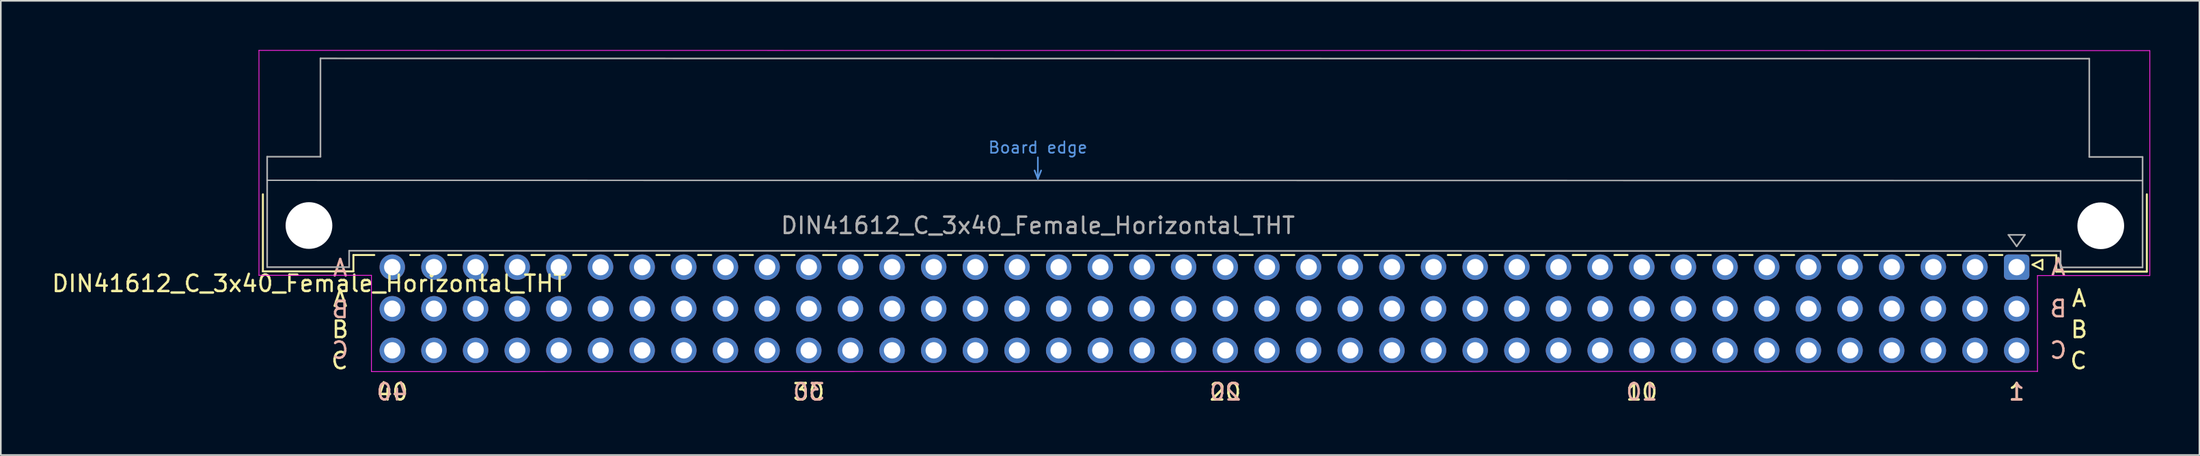
<source format=kicad_pcb>
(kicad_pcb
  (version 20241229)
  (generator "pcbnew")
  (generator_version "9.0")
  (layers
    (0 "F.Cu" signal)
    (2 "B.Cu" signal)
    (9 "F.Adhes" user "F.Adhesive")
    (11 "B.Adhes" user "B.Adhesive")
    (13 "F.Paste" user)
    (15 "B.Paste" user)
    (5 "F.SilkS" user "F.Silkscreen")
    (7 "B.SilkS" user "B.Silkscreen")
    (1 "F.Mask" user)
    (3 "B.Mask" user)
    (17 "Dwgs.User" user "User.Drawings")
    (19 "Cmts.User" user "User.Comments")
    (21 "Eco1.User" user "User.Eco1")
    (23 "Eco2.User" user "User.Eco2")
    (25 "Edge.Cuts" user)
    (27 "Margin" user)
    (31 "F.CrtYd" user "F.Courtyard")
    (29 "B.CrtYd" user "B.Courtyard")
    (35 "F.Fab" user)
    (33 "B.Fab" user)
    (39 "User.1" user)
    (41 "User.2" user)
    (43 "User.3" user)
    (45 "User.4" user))
  (footprint "DIN41612_C_3x40_Female_Horizontal_THT"
    (layer "F.Cu")
    (at 20.872 13.255)
    (property "Reference" "DIN41612_C_3x40_Female_Horizontal_THT" (at -5.08 1 0) (layer "F.SilkS") (effects (font (size 1 1) (thickness 0.15))))
    (attr through_hole)
    (fp_line (start -7.89 -4.445) (end -7.89 0.26) (stroke (width 0.12) (type solid)) (layer "F.SilkS"))
    (fp_line (start -7.89 0.26) (end -2.37 0.26) (stroke (width 0.12) (type solid)) (layer "F.SilkS"))
    (fp_line (start -2.371 -0.74) (end -1.095 -0.74) (stroke (width 0.12) (type solid)) (layer "F.SilkS"))
    (fp_line (start -2.37 0.26) (end -2.37 -0.74) (stroke (width 0.12) (type solid)) (layer "F.SilkS"))
    (fp_line (start 1.095 -0.74) (end 1.671 -0.74) (stroke (width 0.12) (type solid)) (layer "F.SilkS"))
    (fp_line (start 3.41 -0.74) (end 4.211 -0.74) (stroke (width 0.12) (type solid)) (layer "F.SilkS"))
    (fp_line (start 5.95 -0.74) (end 6.751 -0.74) (stroke (width 0.12) (type solid)) (layer "F.SilkS"))
    (fp_line (start 8.49 -0.74) (end 9.291 -0.74) (stroke (width 0.12) (type solid)) (layer "F.SilkS"))
    (fp_line (start 11.03 -0.74) (end 11.831 -0.74) (stroke (width 0.12) (type solid)) (layer "F.SilkS"))
    (fp_line (start 13.57 -0.74) (end 14.371 -0.74) (stroke (width 0.12) (type solid)) (layer "F.SilkS"))
    (fp_line (start 16.11 -0.74) (end 16.911 -0.74) (stroke (width 0.12) (type solid)) (layer "F.SilkS"))
    (fp_line (start 18.65 -0.74) (end 19.451 -0.74) (stroke (width 0.12) (type solid)) (layer "F.SilkS"))
    (fp_line (start 21.19 -0.74) (end 21.991 -0.74) (stroke (width 0.12) (type solid)) (layer "F.SilkS"))
    (fp_line (start 23.73 -0.74) (end 24.531 -0.74) (stroke (width 0.12) (type solid)) (layer "F.SilkS"))
    (fp_line (start 26.27 -0.74) (end 27.071 -0.74) (stroke (width 0.12) (type solid)) (layer "F.SilkS"))
    (fp_line (start 28.81 -0.74) (end 29.611 -0.74) (stroke (width 0.12) (type solid)) (layer "F.SilkS"))
    (fp_line (start 31.35 -0.74) (end 32.151 -0.74) (stroke (width 0.12) (type solid)) (layer "F.SilkS"))
    (fp_line (start 33.89 -0.74) (end 34.691 -0.74) (stroke (width 0.12) (type solid)) (layer "F.SilkS"))
    (fp_line (start 36.43 -0.74) (end 37.231 -0.74) (stroke (width 0.12) (type solid)) (layer "F.SilkS"))
    (fp_line (start 38.97 -0.74) (end 39.771 -0.74) (stroke (width 0.12) (type solid)) (layer "F.SilkS"))
    (fp_line (start 41.51 -0.74) (end 42.311 -0.74) (stroke (width 0.12) (type solid)) (layer "F.SilkS"))
    (fp_line (start 44.05 -0.74) (end 44.851 -0.74) (stroke (width 0.12) (type solid)) (layer "F.SilkS"))
    (fp_line (start 46.59 -0.74) (end 47.391 -0.74) (stroke (width 0.12) (type solid)) (layer "F.SilkS"))
    (fp_line (start 49.13 -0.74) (end 49.931 -0.74) (stroke (width 0.12) (type solid)) (layer "F.SilkS"))
    (fp_line (start 51.67 -0.74) (end 52.471 -0.74) (stroke (width 0.12) (type solid)) (layer "F.SilkS"))
    (fp_line (start 54.21 -0.74) (end 55.011 -0.74) (stroke (width 0.12) (type solid)) (layer "F.SilkS"))
    (fp_line (start 56.75 -0.74) (end 57.551 -0.74) (stroke (width 0.12) (type solid)) (layer "F.SilkS"))
    (fp_line (start 59.29 -0.74) (end 60.091 -0.74) (stroke (width 0.12) (type solid)) (layer "F.SilkS"))
    (fp_line (start 61.83 -0.74) (end 62.631 -0.74) (stroke (width 0.12) (type solid)) (layer "F.SilkS"))
    (fp_line (start 64.37 -0.74) (end 65.171 -0.74) (stroke (width 0.12) (type solid)) (layer "F.SilkS"))
    (fp_line (start 66.91 -0.74) (end 67.711 -0.74) (stroke (width 0.12) (type solid)) (layer "F.SilkS"))
    (fp_line (start 69.45 -0.74) (end 70.251 -0.74) (stroke (width 0.12) (type solid)) (layer "F.SilkS"))
    (fp_line (start 71.99 -0.74) (end 72.791 -0.74) (stroke (width 0.12) (type solid)) (layer "F.SilkS"))
    (fp_line (start 74.53 -0.74) (end 75.331 -0.74) (stroke (width 0.12) (type solid)) (layer "F.SilkS"))
    (fp_line (start 77.07 -0.74) (end 77.871 -0.74) (stroke (width 0.12) (type solid)) (layer "F.SilkS"))
    (fp_line (start 79.61 -0.74) (end 80.411 -0.74) (stroke (width 0.12) (type solid)) (layer "F.SilkS"))
    (fp_line (start 82.15 -0.74) (end 82.951 -0.74) (stroke (width 0.12) (type solid)) (layer "F.SilkS"))
    (fp_line (start 84.69 -0.74) (end 85.491 -0.74) (stroke (width 0.12) (type solid)) (layer "F.SilkS"))
    (fp_line (start 87.23 -0.74) (end 88.031 -0.74) (stroke (width 0.12) (type solid)) (layer "F.SilkS"))
    (fp_line (start 89.77 -0.74) (end 90.571 -0.74) (stroke (width 0.12) (type solid)) (layer "F.SilkS"))
    (fp_line (start 92.31 -0.74) (end 93.111 -0.74) (stroke (width 0.12) (type solid)) (layer "F.SilkS"))
    (fp_line (start 94.85 -0.74) (end 95.651 -0.74) (stroke (width 0.12) (type solid)) (layer "F.SilkS"))
    (fp_line (start 97.39 -0.74) (end 98.191 -0.74) (stroke (width 0.12) (type solid)) (layer "F.SilkS"))
    (fp_line (start 99.979 -0.725) (end 101.479 -0.725) (stroke (width 0.12) (type solid)) (layer "F.SilkS"))
    (fp_line (start 100.03 -0.15) (end 100.63 -0.45) (stroke (width 0.12) (type solid)) (layer "F.SilkS"))
    (fp_line (start 100.63 -0.45) (end 100.63 0.15) (stroke (width 0.12) (type solid)) (layer "F.SilkS"))
    (fp_line (start 100.63 0.15) (end 100.03 -0.15) (stroke (width 0.12) (type solid)) (layer "F.SilkS"))
    (fp_line (start 101.479 0.275) (end 101.479 -0.725) (stroke (width 0.12) (type solid)) (layer "F.SilkS"))
    (fp_line (start 106.999 -4.445) (end 106.999 0.275) (stroke (width 0.12) (type solid)) (layer "F.SilkS"))
    (fp_line (start 106.999 0.275) (end 101.479 0.275) (stroke (width 0.12) (type solid)) (layer "F.SilkS"))
    (fp_line (start -7.63 -5.3) (end 106.726 -5.284) (stroke (width 0.08) (type solid)) (layer "Dwgs.User"))
    (fp_line (start 39.17 -5.9) (end 39.37 -5.4) (stroke (width 0.1) (type solid)) (layer "Cmts.User"))
    (fp_line (start 39.37 -5.4) (end 39.37 -6.7) (stroke (width 0.1) (type solid)) (layer "Cmts.User"))
    (fp_line (start 39.37 -5.4) (end 39.57 -5.9) (stroke (width 0.1) (type solid)) (layer "Cmts.User"))
    (fp_line (start -8.13 -13.23) (end -8.13 0.5) (stroke (width 0.05) (type solid)) (layer "F.CrtYd"))
    (fp_line (start -8.13 0.5) (end -1.27 0.5) (stroke (width 0.05) (type solid)) (layer "F.CrtYd"))
    (fp_line (start -1.27 0.5) (end -1.27 6.36) (stroke (width 0.05) (type solid)) (layer "F.CrtYd"))
    (fp_line (start 100.33 0.515) (end 107.18 0.515) (stroke (width 0.05) (type solid)) (layer "F.CrtYd"))
    (fp_line (start 100.33 6.36) (end -1.27 6.375) (stroke (width 0.05) (type solid)) (layer "F.CrtYd"))
    (fp_line (start 100.33 6.375) (end 100.33 0.515) (stroke (width 0.05) (type solid)) (layer "F.CrtYd"))
    (fp_line (start 107.18 -13.215) (end -8.13 -13.23) (stroke (width 0.05) (type solid)) (layer "F.CrtYd"))
    (fp_line (start 107.18 0.515) (end 107.18 -13.215) (stroke (width 0.05) (type solid)) (layer "F.CrtYd"))
    (fp_line (start -7.63 -6.74) (end -7.63 0) (stroke (width 0.1) (type solid)) (layer "F.Fab"))
    (fp_line (start -7.63 0) (end -2.63 0) (stroke (width 0.1) (type solid)) (layer "F.Fab"))
    (fp_line (start -4.38 -12.74) (end -4.38 -6.74) (stroke (width 0.1) (type solid)) (layer "F.Fab"))
    (fp_line (start -4.38 -6.74) (end -7.63 -6.74) (stroke (width 0.1) (type solid)) (layer "F.Fab"))
    (fp_line (start -2.63 -1) (end 101.739 -0.985) (stroke (width 0.1) (type solid)) (layer "F.Fab"))
    (fp_line (start -2.63 0) (end -2.63 -1) (stroke (width 0.1) (type solid)) (layer "F.Fab"))
    (fp_line (start 98.56 -1.97) (end 99.56 -1.97) (stroke (width 0.1) (type solid)) (layer "F.Fab"))
    (fp_line (start 99.06 -1.27) (end 98.56 -1.97) (stroke (width 0.1) (type solid)) (layer "F.Fab"))
    (fp_line (start 99.56 -1.97) (end 99.06 -1.27) (stroke (width 0.1) (type solid)) (layer "F.Fab"))
    (fp_line (start 101.739 -0.985) (end 101.739 0.015) (stroke (width 0.1) (type solid)) (layer "F.Fab"))
    (fp_line (start 101.739 0.015) (end 106.739 0.015) (stroke (width 0.1) (type solid)) (layer "F.Fab"))
    (fp_line (start 103.489 -12.725) (end -4.38 -12.74) (stroke (width 0.1) (type solid)) (layer "F.Fab"))
    (fp_line (start 103.489 -6.725) (end 103.489 -12.725) (stroke (width 0.1) (type solid)) (layer "F.Fab"))
    (fp_line (start 106.739 -6.725) (end 103.489 -6.725) (stroke (width 0.1) (type solid)) (layer "F.Fab"))
    (fp_line (start 106.739 0.015) (end 106.739 -6.725) (stroke (width 0.1) (type solid)) (layer "F.Fab"))
    (fp_text user "C" (at -3.81 5.715 0) (layer "F.SilkS") (effects (font (size 1 1) (thickness 0.15)) (justify left)))
    (fp_text user "B" (at 102.87 3.81 0) (layer "F.SilkS") (effects (font (size 1 1) (thickness 0.15))))
    (fp_text user "B" (at -3.175 3.81 0) (layer "F.SilkS") (effects (font (size 1 1) (thickness 0.15))))
    (fp_text user "40" (at 0 7.62 0) (layer "F.SilkS") (effects (font (size 1 1) (thickness 0.15))))
    (fp_text user "30" (at 25.4 7.62 0) (layer "F.SilkS") (effects (font (size 1 1) (thickness 0.15))))
    (fp_text user "20" (at 50.8 7.62 0) (layer "F.SilkS") (effects (font (size 1 1) (thickness 0.15))))
    (fp_text user "1" (at 99.06 7.62 0) (layer "F.SilkS") (effects (font (size 1 1) (thickness 0.15))))
    (fp_text user "A" (at 102.87 1.905 0) (layer "F.SilkS") (effects (font (size 1 1) (thickness 0.15))))
    (fp_text user "C" (at 102.235 5.715 0) (layer "F.SilkS") (effects (font (size 1 1) (thickness 0.15)) (justify left)))
    (fp_text user "10" (at 76.2 7.62 0) (layer "F.SilkS") (effects (font (size 1 1) (thickness 0.15))))
    (fp_text user "A" (at -3.175 1.905 0) (layer "F.SilkS") (effects (font (size 1 1) (thickness 0.15))))
    (fp_text user "B" (at -3.175 3.175 0) (layer "B.SilkS") (effects (font (size 1 1) (thickness 0.15)) (justify bottom mirror)))
    (fp_text user "A" (at -3.175 0.635 0) (layer "B.SilkS") (effects (font (size 1 1) (thickness 0.15)) (justify bottom mirror)))
    (fp_text user "C" (at 101.6 5.08 0) (layer "B.SilkS") (effects (font (size 1 1) (thickness 0.15)) (justify mirror)))
    (fp_text user "40" (at 0 7.62 0) (layer "B.SilkS") (effects (font (size 1 1) (thickness 0.15)) (justify mirror)))
    (fp_text user "A" (at 101.6 0 0) (layer "B.SilkS") (effects (font (size 1 1) (thickness 0.15)) (justify mirror)))
    (fp_text user "1" (at 99.06 7.62 0) (layer "B.SilkS") (effects (font (size 1 1) (thickness 0.15)) (justify mirror)))
    (fp_text user "10" (at 76.2 7.62 0) (layer "B.SilkS") (effects (font (size 1 1) (thickness 0.15)) (justify mirror)))
    (fp_text user "C" (at -3.175 5.08 0) (layer "B.SilkS") (effects (font (size 1 1) (thickness 0.15)) (justify mirror)))
    (fp_text user "20" (at 50.8 7.62 0) (layer "B.SilkS") (effects (font (size 1 1) (thickness 0.15)) (justify mirror)))
    (fp_text user "30" (at 25.4 7.62 0) (layer "B.SilkS") (effects (font (size 1 1) (thickness 0.15)) (justify mirror)))
    (fp_text user "B" (at 101.6 2.54 0) (layer "B.SilkS") (effects (font (size 1 1) (thickness 0.15)) (justify mirror)))
    (fp_text user "Board edge" (at 39.37 -7.3 0) (layer "Cmts.User") (effects (font (size 0.7 0.7) (thickness 0.1))))
    (fp_text user "${REFERENCE}" (at 39.37 -2.54 0) (layer "F.Fab") (effects (font (size 1 1) (thickness 0.15))))
    (pad "" np_thru_hole circle (at -5.08 -2.54) (size 2.85 2.85) (drill 2.85) (layers "*.Cu" "*.Mask"))
    (pad "" np_thru_hole circle (at 104.189 -2.525) (size 2.85 2.85) (drill 2.85) (layers "*.Cu" "*.Mask"))
    (pad "a1" thru_hole roundrect (at 99.06 0) (size 1.55 1.55) (drill 1) (layers "*.Cu" "*.Mask") (roundrect_rratio 0.161))
    (pad "a2" thru_hole circle (at 96.52 0) (size 1.55 1.55) (drill 1) (layers "*.Cu" "*.Mask"))
    (pad "a3" thru_hole circle (at 93.98 0) (size 1.55 1.55) (drill 1) (layers "*.Cu" "*.Mask"))
    (pad "a4" thru_hole circle (at 91.44 0) (size 1.55 1.55) (drill 1) (layers "*.Cu" "*.Mask"))
    (pad "a5" thru_hole circle (at 88.9 0) (size 1.55 1.55) (drill 1) (layers "*.Cu" "*.Mask"))
    (pad "a6" thru_hole circle (at 86.36 0) (size 1.55 1.55) (drill 1) (layers "*.Cu" "*.Mask"))
    (pad "a7" thru_hole circle (at 83.82 0) (size 1.55 1.55) (drill 1) (layers "*.Cu" "*.Mask"))
    (pad "a8" thru_hole circle (at 81.28 0) (size 1.55 1.55) (drill 1) (layers "*.Cu" "*.Mask"))
    (pad "a9" thru_hole circle (at 78.74 0) (size 1.55 1.55) (drill 1) (layers "*.Cu" "*.Mask"))
    (pad "a10" thru_hole circle (at 76.2 0) (size 1.55 1.55) (drill 1) (layers "*.Cu" "*.Mask"))
    (pad "a11" thru_hole circle (at 73.66 0) (size 1.55 1.55) (drill 1) (layers "*.Cu" "*.Mask"))
    (pad "a12" thru_hole circle (at 71.12 0) (size 1.55 1.55) (drill 1) (layers "*.Cu" "*.Mask"))
    (pad "a13" thru_hole circle (at 68.58 0) (size 1.55 1.55) (drill 1) (layers "*.Cu" "*.Mask"))
    (pad "a14" thru_hole circle (at 66.04 0) (size 1.55 1.55) (drill 1) (layers "*.Cu" "*.Mask"))
    (pad "a15" thru_hole circle (at 63.5 0) (size 1.55 1.55) (drill 1) (layers "*.Cu" "*.Mask"))
    (pad "a16" thru_hole circle (at 60.96 0) (size 1.55 1.55) (drill 1) (layers "*.Cu" "*.Mask"))
    (pad "a17" thru_hole circle (at 58.42 0) (size 1.55 1.55) (drill 1) (layers "*.Cu" "*.Mask"))
    (pad "a18" thru_hole circle (at 55.88 0) (size 1.55 1.55) (drill 1) (layers "*.Cu" "*.Mask"))
    (pad "a19" thru_hole circle (at 53.34 0) (size 1.55 1.55) (drill 1) (layers "*.Cu" "*.Mask"))
    (pad "a20" thru_hole circle (at 50.8 0) (size 1.55 1.55) (drill 1) (layers "*.Cu" "*.Mask"))
    (pad "a21" thru_hole circle (at 48.26 0) (size 1.55 1.55) (drill 1) (layers "*.Cu" "*.Mask"))
    (pad "a22" thru_hole circle (at 45.72 0) (size 1.55 1.55) (drill 1) (layers "*.Cu" "*.Mask"))
    (pad "a23" thru_hole circle (at 43.18 0) (size 1.55 1.55) (drill 1) (layers "*.Cu" "*.Mask"))
    (pad "a24" thru_hole circle (at 40.64 0) (size 1.55 1.55) (drill 1) (layers "*.Cu" "*.Mask"))
    (pad "a25" thru_hole circle (at 38.1 0) (size 1.55 1.55) (drill 1) (layers "*.Cu" "*.Mask"))
    (pad "a26" thru_hole circle (at 35.56 0) (size 1.55 1.55) (drill 1) (layers "*.Cu" "*.Mask"))
    (pad "a27" thru_hole circle (at 33.02 0) (size 1.55 1.55) (drill 1) (layers "*.Cu" "*.Mask"))
    (pad "a28" thru_hole circle (at 30.48 0) (size 1.55 1.55) (drill 1) (layers "*.Cu" "*.Mask"))
    (pad "a29" thru_hole circle (at 27.94 0) (size 1.55 1.55) (drill 1) (layers "*.Cu" "*.Mask"))
    (pad "a30" thru_hole circle (at 25.4 0) (size 1.55 1.55) (drill 1) (layers "*.Cu" "*.Mask"))
    (pad "a31" thru_hole circle (at 22.86 0) (size 1.55 1.55) (drill 1) (layers "*.Cu" "*.Mask"))
    (pad "a32" thru_hole circle (at 20.32 0) (size 1.55 1.55) (drill 1) (layers "*.Cu" "*.Mask"))
    (pad "a33" thru_hole circle (at 17.78 0) (size 1.55 1.55) (drill 1) (layers "*.Cu" "*.Mask"))
    (pad "a34" thru_hole circle (at 15.24 0) (size 1.55 1.55) (drill 1) (layers "*.Cu" "*.Mask"))
    (pad "a35" thru_hole circle (at 12.7 0) (size 1.55 1.55) (drill 1) (layers "*.Cu" "*.Mask"))
    (pad "a36" thru_hole circle (at 10.16 0) (size 1.55 1.55) (drill 1) (layers "*.Cu" "*.Mask"))
    (pad "a37" thru_hole circle (at 7.62 0) (size 1.55 1.55) (drill 1) (layers "*.Cu" "*.Mask"))
    (pad "a38" thru_hole circle (at 5.08 0) (size 1.55 1.55) (drill 1) (layers "*.Cu" "*.Mask"))
    (pad "a39" thru_hole circle (at 2.54 0) (size 1.55 1.55) (drill 1) (layers "*.Cu" "*.Mask"))
    (pad "a40" thru_hole circle (at 0 0) (size 1.55 1.55) (drill 1) (layers "*.Cu" "*.Mask"))
    (pad "b1" thru_hole circle (at 99.06 2.54) (size 1.55 1.55) (drill 1) (layers "*.Cu" "*.Mask"))
    (pad "b2" thru_hole circle (at 96.52 2.54) (size 1.55 1.55) (drill 1) (layers "*.Cu" "*.Mask"))
    (pad "b3" thru_hole circle (at 93.98 2.54) (size 1.55 1.55) (drill 1) (layers "*.Cu" "*.Mask"))
    (pad "b4" thru_hole circle (at 91.44 2.54) (size 1.55 1.55) (drill 1) (layers "*.Cu" "*.Mask"))
    (pad "b5" thru_hole circle (at 88.9 2.54) (size 1.55 1.55) (drill 1) (layers "*.Cu" "*.Mask"))
    (pad "b6" thru_hole circle (at 86.36 2.54) (size 1.55 1.55) (drill 1) (layers "*.Cu" "*.Mask"))
    (pad "b7" thru_hole circle (at 83.82 2.54) (size 1.55 1.55) (drill 1) (layers "*.Cu" "*.Mask"))
    (pad "b8" thru_hole circle (at 81.28 2.54) (size 1.55 1.55) (drill 1) (layers "*.Cu" "*.Mask"))
    (pad "b9" thru_hole circle (at 78.74 2.54) (size 1.55 1.55) (drill 1) (layers "*.Cu" "*.Mask"))
    (pad "b10" thru_hole circle (at 76.2 2.54) (size 1.55 1.55) (drill 1) (layers "*.Cu" "*.Mask"))
    (pad "b11" thru_hole circle (at 73.66 2.54) (size 1.55 1.55) (drill 1) (layers "*.Cu" "*.Mask"))
    (pad "b12" thru_hole circle (at 71.12 2.54) (size 1.55 1.55) (drill 1) (layers "*.Cu" "*.Mask"))
    (pad "b13" thru_hole circle (at 68.58 2.54) (size 1.55 1.55) (drill 1) (layers "*.Cu" "*.Mask"))
    (pad "b14" thru_hole circle (at 66.04 2.54) (size 1.55 1.55) (drill 1) (layers "*.Cu" "*.Mask"))
    (pad "b15" thru_hole circle (at 63.5 2.54) (size 1.55 1.55) (drill 1) (layers "*.Cu" "*.Mask"))
    (pad "b16" thru_hole circle (at 60.96 2.54) (size 1.55 1.55) (drill 1) (layers "*.Cu" "*.Mask"))
    (pad "b17" thru_hole circle (at 58.42 2.54) (size 1.55 1.55) (drill 1) (layers "*.Cu" "*.Mask"))
    (pad "b18" thru_hole circle (at 55.88 2.54) (size 1.55 1.55) (drill 1) (layers "*.Cu" "*.Mask"))
    (pad "b19" thru_hole circle (at 53.34 2.54) (size 1.55 1.55) (drill 1) (layers "*.Cu" "*.Mask"))
    (pad "b20" thru_hole circle (at 50.8 2.54) (size 1.55 1.55) (drill 1) (layers "*.Cu" "*.Mask"))
    (pad "b21" thru_hole circle (at 48.26 2.54) (size 1.55 1.55) (drill 1) (layers "*.Cu" "*.Mask"))
    (pad "b22" thru_hole circle (at 45.72 2.54) (size 1.55 1.55) (drill 1) (layers "*.Cu" "*.Mask"))
    (pad "b23" thru_hole circle (at 43.18 2.54) (size 1.55 1.55) (drill 1) (layers "*.Cu" "*.Mask"))
    (pad "b24" thru_hole circle (at 40.64 2.54) (size 1.55 1.55) (drill 1) (layers "*.Cu" "*.Mask"))
    (pad "b25" thru_hole circle (at 38.1 2.54) (size 1.55 1.55) (drill 1) (layers "*.Cu" "*.Mask"))
    (pad "b26" thru_hole circle (at 35.56 2.54) (size 1.55 1.55) (drill 1) (layers "*.Cu" "*.Mask"))
    (pad "b27" thru_hole circle (at 33.02 2.54) (size 1.55 1.55) (drill 1) (layers "*.Cu" "*.Mask"))
    (pad "b28" thru_hole circle (at 30.48 2.54) (size 1.55 1.55) (drill 1) (layers "*.Cu" "*.Mask"))
    (pad "b29" thru_hole circle (at 27.94 2.54) (size 1.55 1.55) (drill 1) (layers "*.Cu" "*.Mask"))
    (pad "b30" thru_hole circle (at 25.4 2.54) (size 1.55 1.55) (drill 1) (layers "*.Cu" "*.Mask"))
    (pad "b31" thru_hole circle (at 22.86 2.54) (size 1.55 1.55) (drill 1) (layers "*.Cu" "*.Mask"))
    (pad "b32" thru_hole circle (at 20.32 2.54) (size 1.55 1.55) (drill 1) (layers "*.Cu" "*.Mask"))
    (pad "b33" thru_hole circle (at 17.78 2.54) (size 1.55 1.55) (drill 1) (layers "*.Cu" "*.Mask"))
    (pad "b34" thru_hole circle (at 15.24 2.54) (size 1.55 1.55) (drill 1) (layers "*.Cu" "*.Mask"))
    (pad "b35" thru_hole circle (at 12.7 2.54) (size 1.55 1.55) (drill 1) (layers "*.Cu" "*.Mask"))
    (pad "b36" thru_hole circle (at 10.16 2.54) (size 1.55 1.55) (drill 1) (layers "*.Cu" "*.Mask"))
    (pad "b37" thru_hole circle (at 7.62 2.54) (size 1.55 1.55) (drill 1) (layers "*.Cu" "*.Mask"))
    (pad "b38" thru_hole circle (at 5.08 2.54) (size 1.55 1.55) (drill 1) (layers "*.Cu" "*.Mask"))
    (pad "b39" thru_hole circle (at 2.54 2.54) (size 1.55 1.55) (drill 1) (layers "*.Cu" "*.Mask"))
    (pad "b40" thru_hole circle (at 0 2.54) (size 1.55 1.55) (drill 1) (layers "*.Cu" "*.Mask"))
    (pad "c1" thru_hole circle (at 99.06 5.08) (size 1.55 1.55) (drill 1) (layers "*.Cu" "*.Mask"))
    (pad "c2" thru_hole circle (at 96.52 5.08) (size 1.55 1.55) (drill 1) (layers "*.Cu" "*.Mask"))
    (pad "c3" thru_hole circle (at 93.98 5.08) (size 1.55 1.55) (drill 1) (layers "*.Cu" "*.Mask"))
    (pad "c4" thru_hole circle (at 91.44 5.08) (size 1.55 1.55) (drill 1) (layers "*.Cu" "*.Mask"))
    (pad "c5" thru_hole circle (at 88.9 5.08) (size 1.55 1.55) (drill 1) (layers "*.Cu" "*.Mask"))
    (pad "c6" thru_hole circle (at 86.36 5.08) (size 1.55 1.55) (drill 1) (layers "*.Cu" "*.Mask"))
    (pad "c7" thru_hole circle (at 83.82 5.08) (size 1.55 1.55) (drill 1) (layers "*.Cu" "*.Mask"))
    (pad "c8" thru_hole circle (at 81.28 5.08) (size 1.55 1.55) (drill 1) (layers "*.Cu" "*.Mask"))
    (pad "c9" thru_hole circle (at 78.74 5.08) (size 1.55 1.55) (drill 1) (layers "*.Cu" "*.Mask"))
    (pad "c10" thru_hole circle (at 76.2 5.08) (size 1.55 1.55) (drill 1) (layers "*.Cu" "*.Mask"))
    (pad "c11" thru_hole circle (at 73.66 5.08) (size 1.55 1.55) (drill 1) (layers "*.Cu" "*.Mask"))
    (pad "c12" thru_hole circle (at 71.12 5.08) (size 1.55 1.55) (drill 1) (layers "*.Cu" "*.Mask"))
    (pad "c13" thru_hole circle (at 68.58 5.08) (size 1.55 1.55) (drill 1) (layers "*.Cu" "*.Mask"))
    (pad "c14" thru_hole circle (at 66.04 5.08) (size 1.55 1.55) (drill 1) (layers "*.Cu" "*.Mask"))
    (pad "c15" thru_hole circle (at 63.5 5.08) (size 1.55 1.55) (drill 1) (layers "*.Cu" "*.Mask"))
    (pad "c16" thru_hole circle (at 60.96 5.08) (size 1.55 1.55) (drill 1) (layers "*.Cu" "*.Mask"))
    (pad "c17" thru_hole circle (at 58.42 5.08) (size 1.55 1.55) (drill 1) (layers "*.Cu" "*.Mask"))
    (pad "c18" thru_hole circle (at 55.88 5.08) (size 1.55 1.55) (drill 1) (layers "*.Cu" "*.Mask"))
    (pad "c19" thru_hole circle (at 53.34 5.08) (size 1.55 1.55) (drill 1) (layers "*.Cu" "*.Mask"))
    (pad "c20" thru_hole circle (at 50.8 5.08) (size 1.55 1.55) (drill 1) (layers "*.Cu" "*.Mask"))
    (pad "c21" thru_hole circle (at 48.26 5.08) (size 1.55 1.55) (drill 1) (layers "*.Cu" "*.Mask"))
    (pad "c22" thru_hole circle (at 45.72 5.08) (size 1.55 1.55) (drill 1) (layers "*.Cu" "*.Mask"))
    (pad "c23" thru_hole circle (at 43.18 5.08) (size 1.55 1.55) (drill 1) (layers "*.Cu" "*.Mask"))
    (pad "c24" thru_hole circle (at 40.64 5.08) (size 1.55 1.55) (drill 1) (layers "*.Cu" "*.Mask"))
    (pad "c25" thru_hole circle (at 38.1 5.08) (size 1.55 1.55) (drill 1) (layers "*.Cu" "*.Mask"))
    (pad "c26" thru_hole circle (at 35.56 5.08) (size 1.55 1.55) (drill 1) (layers "*.Cu" "*.Mask"))
    (pad "c27" thru_hole circle (at 33.02 5.08) (size 1.55 1.55) (drill 1) (layers "*.Cu" "*.Mask"))
    (pad "c28" thru_hole circle (at 30.48 5.08) (size 1.55 1.55) (drill 1) (layers "*.Cu" "*.Mask"))
    (pad "c29" thru_hole circle (at 27.94 5.08) (size 1.55 1.55) (drill 1) (layers "*.Cu" "*.Mask"))
    (pad "c30" thru_hole circle (at 25.4 5.08) (size 1.55 1.55) (drill 1) (layers "*.Cu" "*.Mask"))
    (pad "c31" thru_hole circle (at 22.86 5.08) (size 1.55 1.55) (drill 1) (layers "*.Cu" "*.Mask"))
    (pad "c32" thru_hole circle (at 20.32 5.08) (size 1.55 1.55) (drill 1) (layers "*.Cu" "*.Mask"))
    (pad "c33" thru_hole circle (at 17.78 5.08) (size 1.55 1.55) (drill 1) (layers "*.Cu" "*.Mask"))
    (pad "c34" thru_hole circle (at 15.24 5.08) (size 1.55 1.55) (drill 1) (layers "*.Cu" "*.Mask"))
    (pad "c35" thru_hole circle (at 12.7 5.08) (size 1.55 1.55) (drill 1) (layers "*.Cu" "*.Mask"))
    (pad "c36" thru_hole circle (at 10.16 5.08) (size 1.55 1.55) (drill 1) (layers "*.Cu" "*.Mask"))
    (pad "c37" thru_hole circle (at 7.62 5.08) (size 1.55 1.55) (drill 1) (layers "*.Cu" "*.Mask"))
    (pad "c38" thru_hole circle (at 5.08 5.08) (size 1.55 1.55) (drill 1) (layers "*.Cu" "*.Mask"))
    (pad "c39" thru_hole circle (at 2.54 5.08) (size 1.55 1.55) (drill 1) (layers "*.Cu" "*.Mask"))
    (pad "c40" thru_hole circle (at 0 5.08) (size 1.55 1.55) (drill 1) (layers "*.Cu" "*.Mask")))
  (gr_rect
    (start -3 -3)
    (end 131.077 24.723)
    (stroke (width 0.1) (type default))
    (fill no)
    (layer "Edge.Cuts")))
</source>
